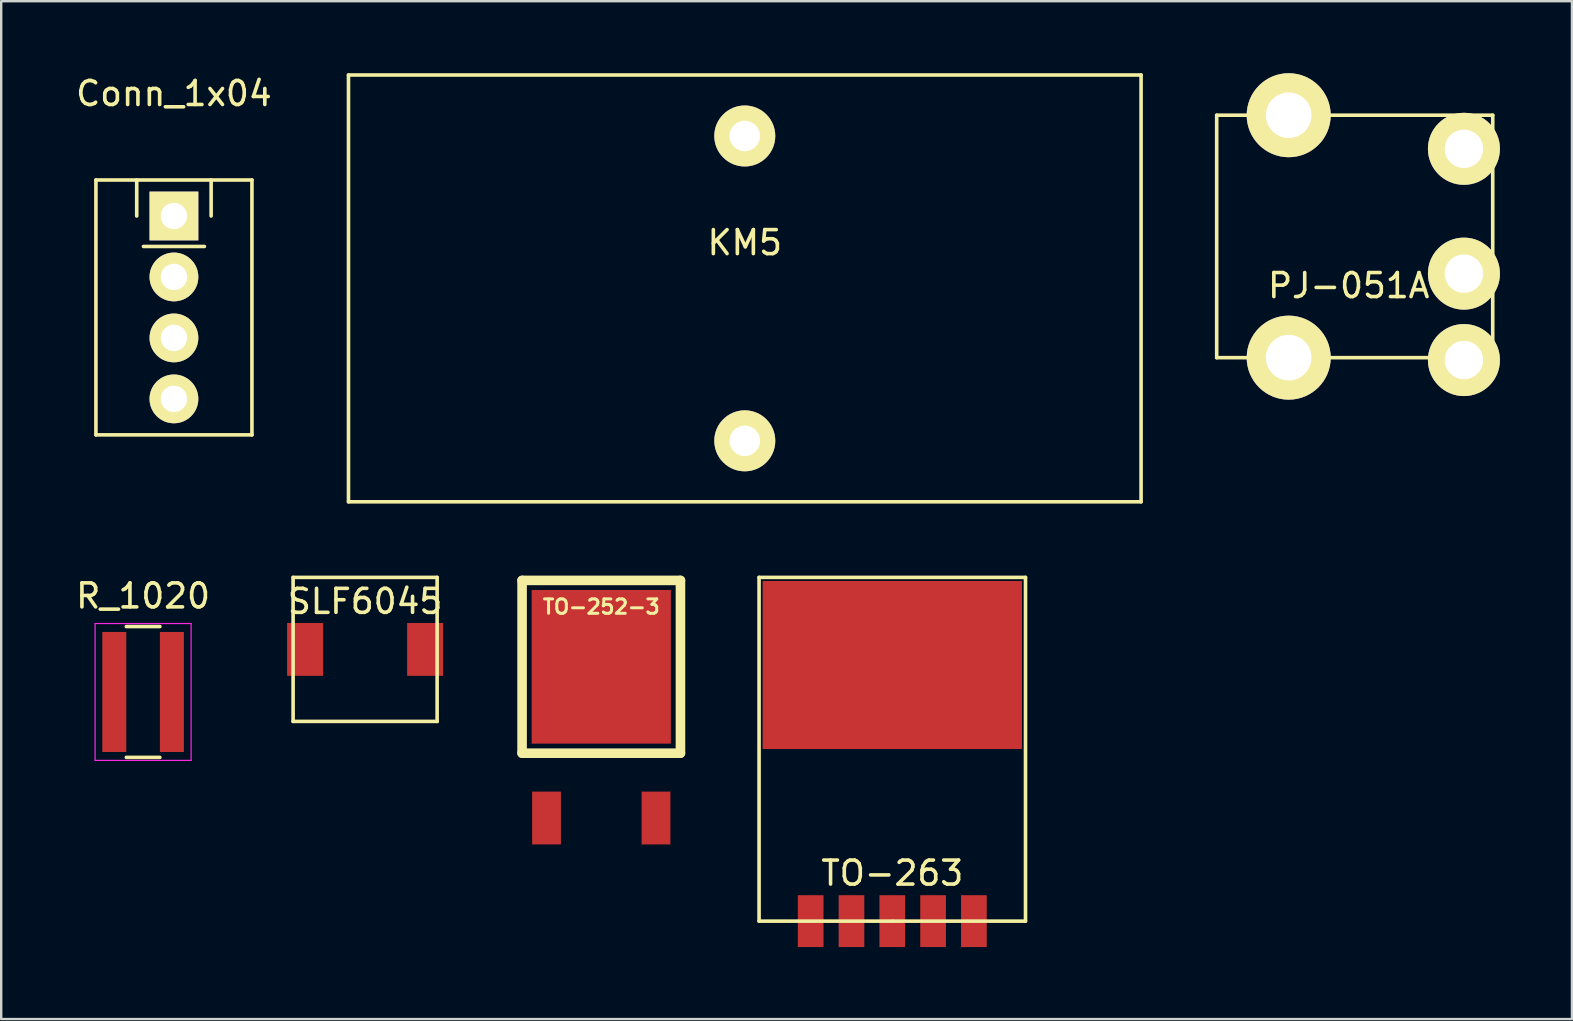
<source format=kicad_pcb>
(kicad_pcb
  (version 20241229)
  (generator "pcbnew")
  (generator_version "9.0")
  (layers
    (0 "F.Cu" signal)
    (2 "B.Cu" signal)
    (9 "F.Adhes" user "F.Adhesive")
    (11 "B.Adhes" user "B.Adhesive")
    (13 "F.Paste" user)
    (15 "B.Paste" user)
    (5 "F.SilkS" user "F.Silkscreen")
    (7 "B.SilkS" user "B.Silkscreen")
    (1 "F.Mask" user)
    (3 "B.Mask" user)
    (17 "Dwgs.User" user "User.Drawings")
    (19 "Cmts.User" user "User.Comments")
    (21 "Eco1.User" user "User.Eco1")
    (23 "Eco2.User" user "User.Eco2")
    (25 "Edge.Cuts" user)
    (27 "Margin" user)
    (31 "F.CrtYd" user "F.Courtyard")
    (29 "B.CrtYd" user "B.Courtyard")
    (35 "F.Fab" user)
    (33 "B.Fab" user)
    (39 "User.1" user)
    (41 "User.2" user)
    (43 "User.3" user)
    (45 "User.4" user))
  (footprint "KM5"
    (layer "F.Cu")
    (at 27.978 8.965)
    (property "Reference" "KM5" (at 0 -1.905 0) (layer "F.SilkS") (effects (font (size 1 1) (thickness 0.15))))
    (attr through_hole)
    (fp_line (start -16.51 -8.89) (end -16.51 8.89) (stroke (width 0.15) (type solid)) (layer "F.SilkS"))
    (fp_line (start -16.51 8.89) (end 16.51 8.89) (stroke (width 0.15) (type solid)) (layer "F.SilkS"))
    (fp_line (start 16.51 -8.89) (end -16.51 -8.89) (stroke (width 0.15) (type solid)) (layer "F.SilkS"))
    (fp_line (start 16.51 8.89) (end 16.51 -8.89) (stroke (width 0.15) (type solid)) (layer "F.SilkS"))
    (pad "1" thru_hole circle (at 0 -6.35) (size 2.54 2.54) (drill 1.27) (layers "*.Cu" "*.Mask" "F.SilkS"))
    (pad "2" thru_hole circle (at 0 6.35) (size 2.54 2.54) (drill 1.27) (layers "*.Cu" "*.Mask" "F.SilkS")))
  (footprint "Conn_1x04"
    (layer "F.Cu")
    (at 4.196 5.948)
    (property "Reference" "Conn_1x04" (at 0 -5.1 0) (layer "F.SilkS") (effects (font (size 1 1) (thickness 0.15))))
    (attr through_hole)
    (fp_line (start -3.25 -1.5) (end -3.25 9.12) (stroke (width 0.15) (type solid)) (layer "F.SilkS"))
    (fp_line (start -3.25 -1.5) (end 3.25 -1.5) (stroke (width 0.15) (type solid)) (layer "F.SilkS"))
    (fp_line (start -3.25 9.12) (end 3.25 9.12) (stroke (width 0.15) (type solid)) (layer "F.SilkS"))
    (fp_line (start -1.55 0) (end -1.55 -1.5) (stroke (width 0.15) (type solid)) (layer "F.SilkS"))
    (fp_line (start 1.27 1.27) (end -1.27 1.27) (stroke (width 0.15) (type solid)) (layer "F.SilkS"))
    (fp_line (start 1.55 -1.5) (end 1.55 0) (stroke (width 0.15) (type solid)) (layer "F.SilkS"))
    (fp_line (start 3.25 -1.5) (end 3.25 9.12) (stroke (width 0.15) (type solid)) (layer "F.SilkS"))
    (pad "1" thru_hole rect (at 0 0) (size 2.032 2.032) (drill 1.1) (layers "*.Cu" "*.Mask" "F.SilkS"))
    (pad "2" thru_hole circle (at 0 2.54) (size 2.032 2.032) (drill 1.1) (layers "*.Cu" "*.Mask" "F.SilkS"))
    (pad "3" thru_hole circle (at 0 5.08) (size 2.032 2.032) (drill 1.1) (layers "*.Cu" "*.Mask" "F.SilkS"))
    (pad "4" thru_hole circle (at 0 7.62) (size 2.032 2.032) (drill 1.1) (layers "*.Cu" "*.Mask" "F.SilkS")))
  (footprint "TO-252-3"
    (layer "F.Cu")
    (at 21.999 24.729)
    (property "Reference" "TO-252-3" (at 0 -2.5 0) (layer "F.SilkS") (effects (font (size 0.599 0.599) (thickness 0.124))))
    (attr through_hole)
    (fp_line (start -3.299 -3.599) (end 3.299 -3.599) (stroke (width 0.399) (type solid)) (layer "F.SilkS"))
    (fp_line (start -3.299 3.599) (end -3.299 -3.599) (stroke (width 0.399) (type solid)) (layer "F.SilkS"))
    (fp_line (start 3.299 -3.599) (end 3.299 3.599) (stroke (width 0.399) (type solid)) (layer "F.SilkS"))
    (fp_line (start 3.299 3.599) (end -3.299 3.599) (stroke (width 0.399) (type solid)) (layer "F.SilkS"))
    (pad "1" smd rect (at -2.281 6.299) (size 1.199 2.2) (layers "F.Cu" "F.Mask" "F.Paste"))
    (pad "2" smd rect (at 0 0) (size 5.799 6.401) (layers "F.Cu" "F.Mask" "F.Paste"))
    (pad "3" smd rect (at 2.281 6.299) (size 1.199 2.2) (layers "F.Cu" "F.Mask" "F.Paste")))
  (footprint "TO-263"
    (layer "F.Cu")
    (at 34.123 35.325)
    (property "Reference" "TO-263" (at 0 -2 0) (layer "F.SilkS") (effects (font (size 1 1) (thickness 0.15))))
    (attr through_hole)
    (fp_line (start -5.55 -14.32) (end 5.55 -14.32) (stroke (width 0.15) (type solid)) (layer "F.SilkS"))
    (fp_line (start -5.55 0) (end -5.55 -14.32) (stroke (width 0.15) (type solid)) (layer "F.SilkS"))
    (fp_line (start 0 0) (end -5.55 0) (stroke (width 0.15) (type solid)) (layer "F.SilkS"))
    (fp_line (start 5.55 -14.32) (end 5.55 0) (stroke (width 0.15) (type solid)) (layer "F.SilkS"))
    (fp_line (start 5.55 0) (end 0.03 0) (stroke (width 0.15) (type solid)) (layer "F.SilkS"))
    (pad "" smd rect (at 0 -10.67) (size 10.8 7) (layers "F.Cu" "F.Mask" "F.Paste"))
    (pad "1" smd rect (at -3.4 0) (size 1.07 2.16) (layers "F.Cu" "F.Mask" "F.Paste"))
    (pad "2" smd rect (at -1.7 0) (size 1.07 2.16) (layers "F.Cu" "F.Mask" "F.Paste"))
    (pad "3" smd rect (at 0 0) (size 1.07 2.16) (layers "F.Cu" "F.Mask" "F.Paste"))
    (pad "4" smd rect (at 1.7 0) (size 1.07 2.16) (layers "F.Cu" "F.Mask" "F.Paste"))
    (pad "5" smd rect (at 3.4 0) (size 1.07 2.16) (layers "F.Cu" "F.Mask" "F.Paste")))
  (footprint "SLF6045"
    (layer "F.Cu")
    (at 12.161 24.005)
    (property "Reference" "SLF6045" (at 0 -2 0) (layer "F.SilkS") (effects (font (size 1 1) (thickness 0.15))))
    (attr through_hole)
    (fp_line (start -3 -3) (end 3 -3) (stroke (width 0.15) (type solid)) (layer "F.SilkS"))
    (fp_line (start -3 3) (end -3 -3) (stroke (width 0.15) (type solid)) (layer "F.SilkS"))
    (fp_line (start 3 -3) (end 3 3) (stroke (width 0.15) (type solid)) (layer "F.SilkS"))
    (fp_line (start 3 3) (end -3 3) (stroke (width 0.15) (type solid)) (layer "F.SilkS"))
    (pad "1" smd rect (at -2.5 0) (size 1.5 2.2) (layers "F.Cu" "F.Mask" "F.Paste"))
    (pad "2" smd rect (at 2.5 0) (size 1.5 2.2) (layers "F.Cu" "F.Mask" "F.Paste")))
  (footprint "PJ-051A"
    (layer "F.Cu")
    (at 52.638 6.85)
    (property "Reference" "PJ-051A" (at 0.5 2 0) (layer "F.SilkS") (effects (font (size 1 1) (thickness 0.15))))
    (attr through_hole)
    (fp_line (start -5 -5.1) (end 6.5 -5.1) (stroke (width 0.15) (type solid)) (layer "F.SilkS"))
    (fp_line (start -5 5) (end -5 -5.1) (stroke (width 0.15) (type solid)) (layer "F.SilkS"))
    (fp_line (start 6.5 -5.1) (end 6.5 5) (stroke (width 0.15) (type solid)) (layer "F.SilkS"))
    (fp_line (start 6.5 5) (end -5 5) (stroke (width 0.15) (type solid)) (layer "F.SilkS"))
    (pad "1" thru_hole circle (at 5.3 5.1) (size 3 3) (drill 1.6) (layers "*.Cu" "*.Mask" "F.SilkS"))
    (pad "2" thru_hole circle (at 5.3 -3.7) (size 3 3) (drill 1.6) (layers "*.Cu" "*.Mask" "F.SilkS"))
    (pad "3" thru_hole circle (at 5.3 1.5) (size 3 3) (drill 1.6) (layers "*.Cu" "*.Mask" "F.SilkS"))
    (pad "4" thru_hole circle (at -2 -5.1) (size 3.5 3.5) (drill 1.9) (layers "*.Cu" "*.Mask" "F.SilkS"))
    (pad "4" thru_hole circle (at -2 5) (size 3.5 3.5) (drill 1.9) (layers "*.Cu" "*.Mask" "F.SilkS")))
  (footprint "R_1020"
    (layer "F.Cu")
    (at 2.911 25.778)
    (property "Reference" "R_1020" (at 0 -4 0) (layer "F.SilkS") (effects (font (size 1 1) (thickness 0.15))))
    (attr smd)
    (fp_line (start -0.7 -2.725) (end 0.7 -2.725) (stroke (width 0.15) (type solid)) (layer "F.SilkS"))
    (fp_line (start 0.7 2.725) (end -0.7 2.725) (stroke (width 0.15) (type solid)) (layer "F.SilkS"))
    (fp_line (start -2 -2.85) (end -2 2.85) (stroke (width 0.05) (type solid)) (layer "F.CrtYd"))
    (fp_line (start -2 -2.85) (end 2 -2.85) (stroke (width 0.05) (type solid)) (layer "F.CrtYd"))
    (fp_line (start -2 2.85) (end 2 2.85) (stroke (width 0.05) (type solid)) (layer "F.CrtYd"))
    (fp_line (start 2 -2.85) (end 2 2.85) (stroke (width 0.05) (type solid)) (layer "F.CrtYd"))
    (pad "1" smd rect (at -1.2 0) (size 1 5) (layers "F.Cu" "F.Mask" "F.Paste"))
    (pad "2" smd rect (at 1.2 0) (size 1 5) (layers "F.Cu" "F.Mask" "F.Paste")))
  (gr_rect
    (start -3 -3)
    (end 62.438 39.405)
    (stroke (width 0.1) (type default))
    (fill no)
    (layer "Edge.Cuts")))
</source>
